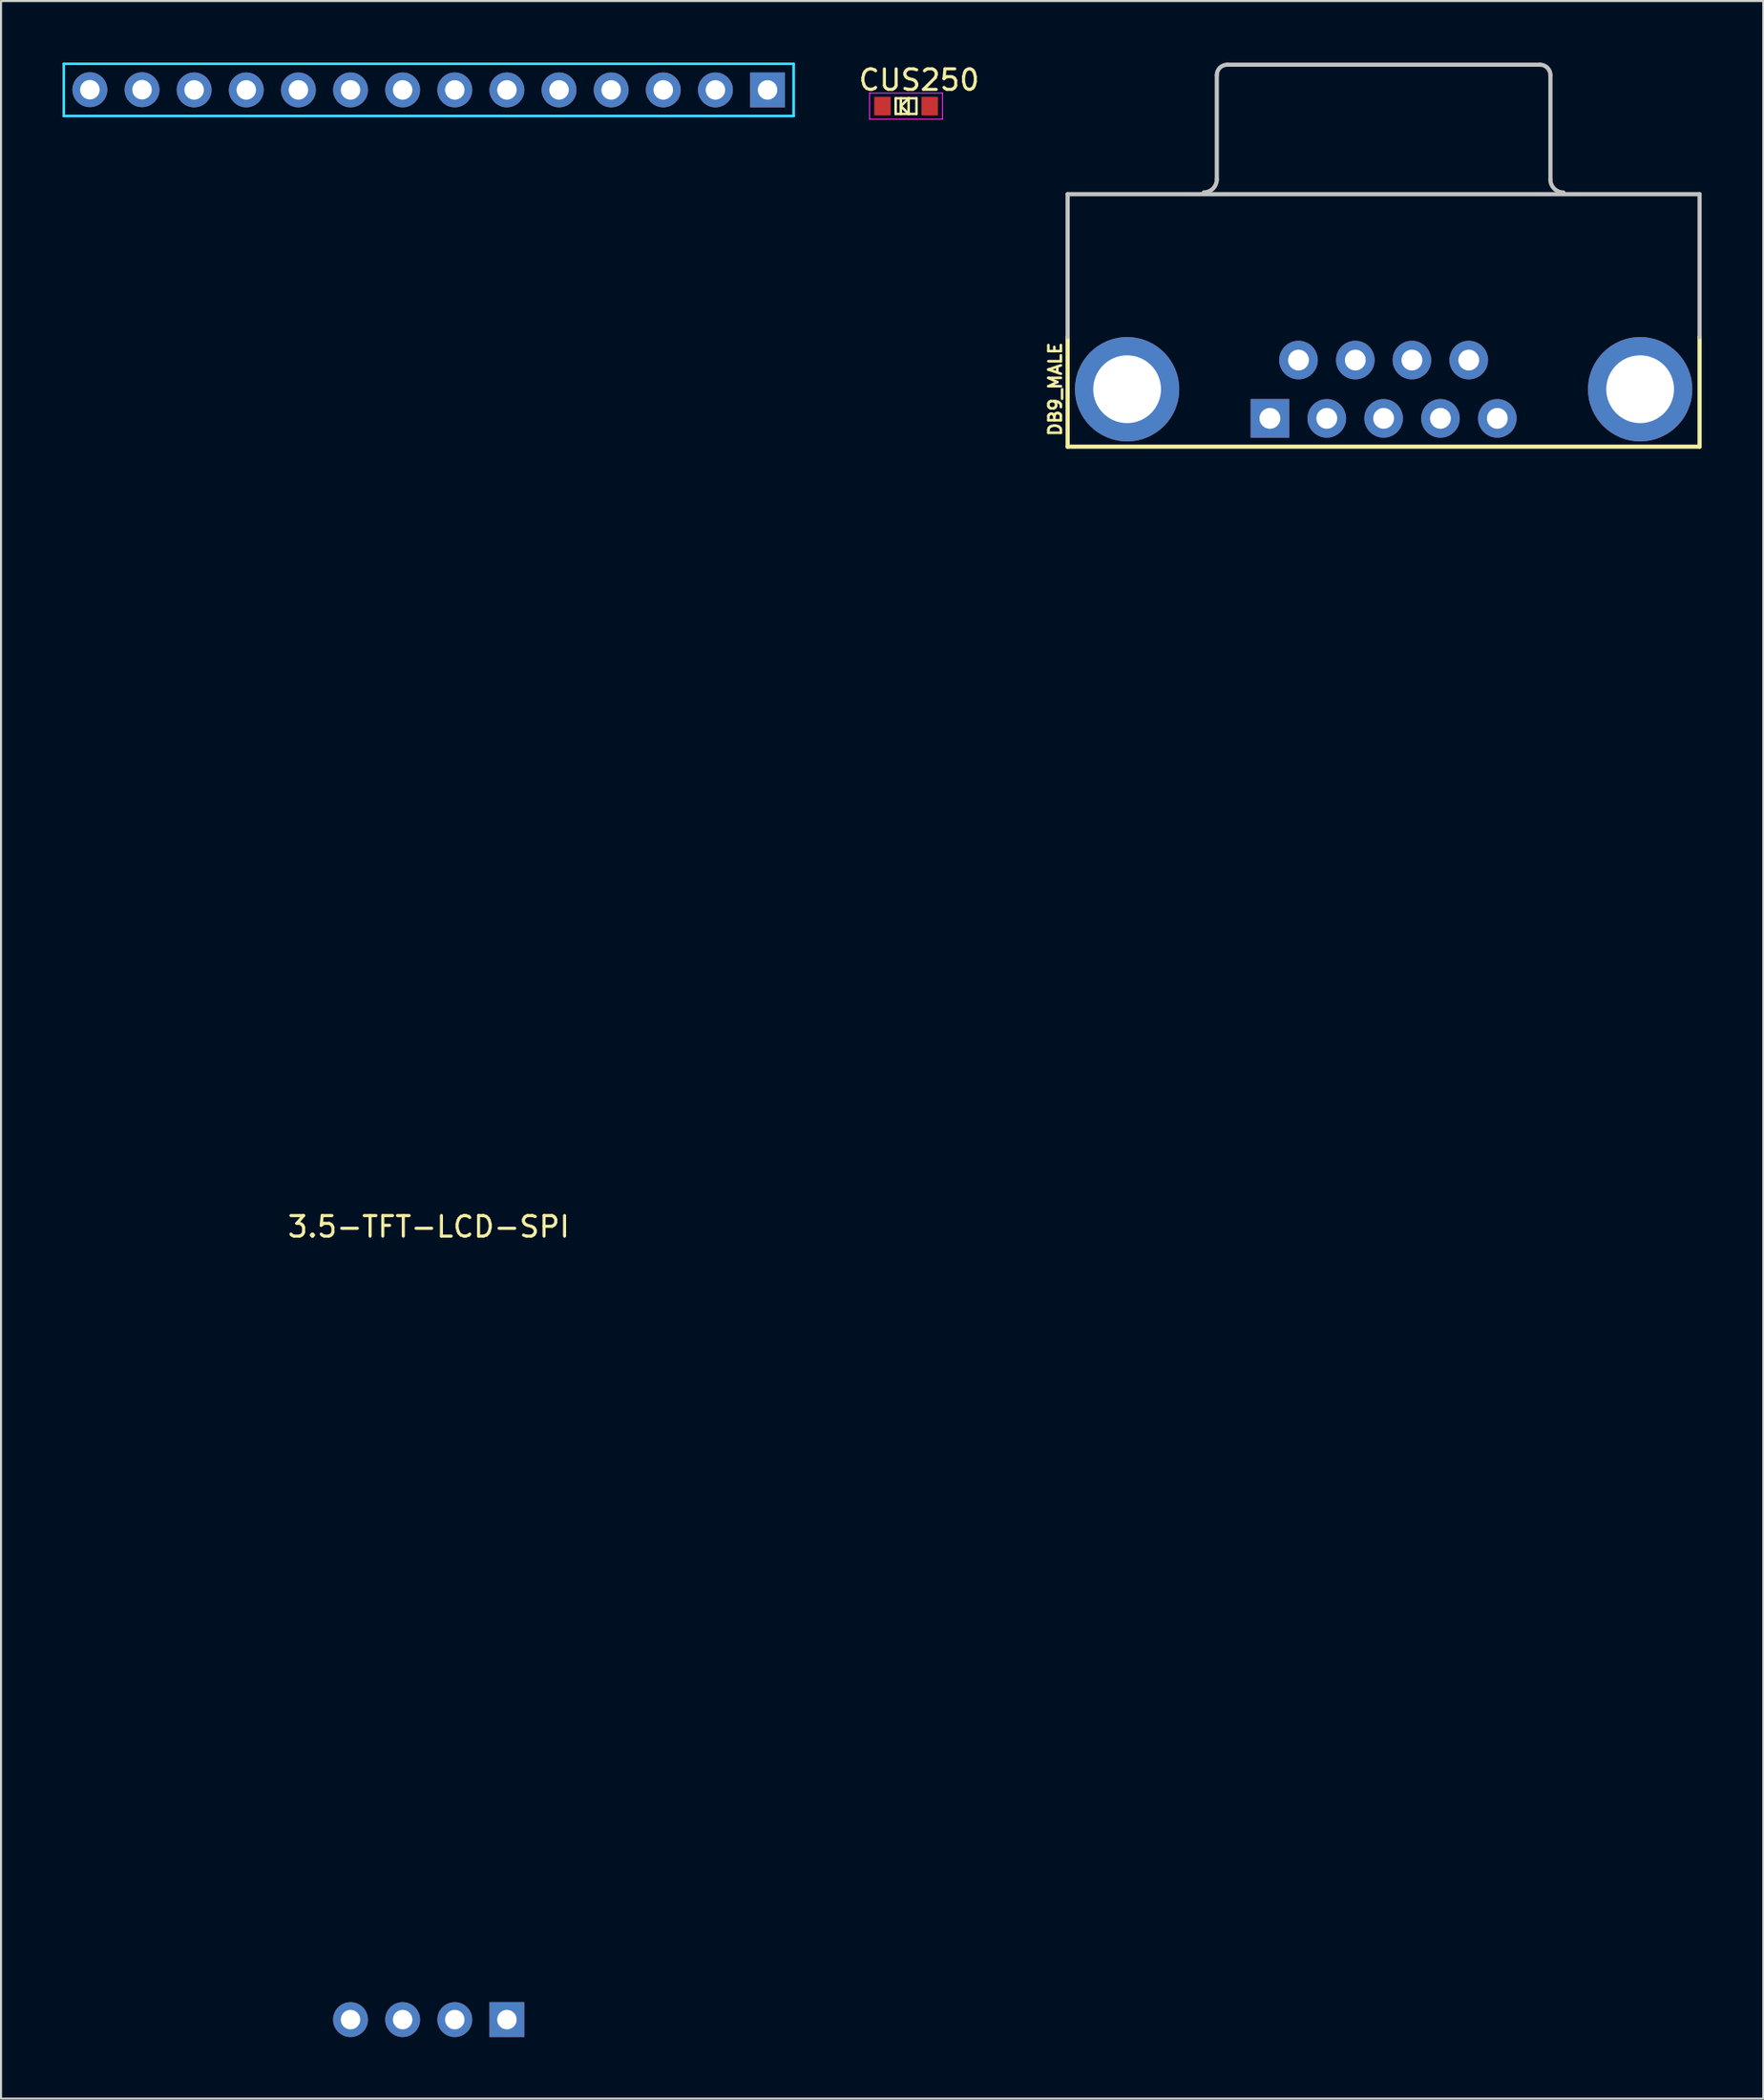
<source format=kicad_pcb>
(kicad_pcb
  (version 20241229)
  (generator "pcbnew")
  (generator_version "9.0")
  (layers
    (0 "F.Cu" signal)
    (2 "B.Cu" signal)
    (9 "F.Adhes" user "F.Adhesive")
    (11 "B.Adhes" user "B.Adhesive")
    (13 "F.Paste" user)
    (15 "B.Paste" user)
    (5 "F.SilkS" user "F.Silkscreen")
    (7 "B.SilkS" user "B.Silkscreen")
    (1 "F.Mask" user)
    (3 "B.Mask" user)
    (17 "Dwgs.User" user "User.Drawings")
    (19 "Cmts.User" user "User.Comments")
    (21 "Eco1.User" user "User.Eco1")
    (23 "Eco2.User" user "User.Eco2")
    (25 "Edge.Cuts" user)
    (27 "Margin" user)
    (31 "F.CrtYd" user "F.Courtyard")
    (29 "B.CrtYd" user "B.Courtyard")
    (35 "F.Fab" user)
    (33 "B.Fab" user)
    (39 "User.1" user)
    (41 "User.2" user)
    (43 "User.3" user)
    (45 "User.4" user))
  (footprint "DB9_MALE"
    (layer "F.Cu")
    (at 64.369 15.908)
    (property "Reference" "DB9_MALE" (at -16.002 0 90) (layer "F.SilkS") (effects (font (size 0.61 0.61) (thickness 0.127))))
    (attr exclude_from_pos_files exclude_from_bom)
    (fp_line (start -15.397 2.799) (end -15.397 -2.54) (stroke (width 0.203) (type solid)) (layer "F.SilkS"))
    (fp_line (start -15.397 2.799) (end 15.397 2.799) (stroke (width 0.203) (type solid)) (layer "F.SilkS"))
    (fp_line (start 15.397 2.799) (end 15.397 -2.54) (stroke (width 0.203) (type solid)) (layer "F.SilkS"))
    (fp_line (start -15.397 -9.5) (end 15.397 -9.5) (stroke (width 0.203) (type solid)) (layer "Dwgs.User"))
    (fp_line (start -15.397 -2.543) (end -15.397 -9.5) (stroke (width 0.203) (type solid)) (layer "Dwgs.User"))
    (fp_line (start -8.128 -10.218) (end -8.128 -15.298) (stroke (width 0.203) (type solid)) (layer "Dwgs.User"))
    (fp_line (start -7.62 -15.806) (end 7.62 -15.806) (stroke (width 0.203) (type solid)) (layer "Dwgs.User"))
    (fp_line (start 8.128 -10.218) (end 8.128 -15.298) (stroke (width 0.203) (type solid)) (layer "Dwgs.User"))
    (fp_line (start 15.397 -2.54) (end 15.397 -9.5) (stroke (width 0.203) (type solid)) (layer "Dwgs.User"))
    (fp_arc (start -8.128 -15.29842) (mid -7.97921 -15.65763) (end -7.62 -15.80642) (stroke (width 0.2032) (type solid)) (layer "Dwgs.User"))
    (fp_arc (start -8.128 -10.21842) (mid -8.313243 -9.771203) (end -8.76046 -9.58596) (stroke (width 0.2032) (type solid)) (layer "Dwgs.User"))
    (fp_arc (start 7.62 -15.80642) (mid 7.97921 -15.65763) (end 8.128 -15.29842) (stroke (width 0.2032) (type solid)) (layer "Dwgs.User"))
    (fp_arc (start 8.76046 -9.58342) (mid 8.311447 -9.769407) (end 8.12546 -10.21842) (stroke (width 0.2032) (type solid)) (layer "Dwgs.User"))
    (pad "1" thru_hole circle (at 5.54 1.42) (size 1.88 1.88) (drill 1.016) (layers "*.Cu" "*.Mask"))
    (pad "2" thru_hole circle (at 2.769 1.42) (size 1.88 1.88) (drill 1.016) (layers "*.Cu" "*.Mask"))
    (pad "3" thru_hole circle (at 0 1.42) (size 1.88 1.88) (drill 1.016) (layers "*.Cu" "*.Mask"))
    (pad "4" thru_hole circle (at -2.769 1.42) (size 1.88 1.88) (drill 1.016) (layers "*.Cu" "*.Mask"))
    (pad "5" thru_hole rect (at -5.54 1.42) (size 1.88 1.88) (drill 1.016) (layers "*.Cu" "*.Mask"))
    (pad "6" thru_hole circle (at 4.148 -1.42) (size 1.88 1.88) (drill 1.016) (layers "*.Cu" "*.Mask"))
    (pad "7" thru_hole circle (at 1.379 -1.42) (size 1.88 1.88) (drill 1.016) (layers "*.Cu" "*.Mask"))
    (pad "8" thru_hole circle (at -1.379 -1.42) (size 1.88 1.88) (drill 1.016) (layers "*.Cu" "*.Mask"))
    (pad "9" thru_hole circle (at -4.148 -1.42) (size 1.88 1.88) (drill 1.016) (layers "*.Cu" "*.Mask"))
    (pad "G1" thru_hole circle (at -12.499 0) (size 5.08 5.08) (drill 3.302) (layers "*.Cu" "*.Mask"))
    (pad "G2" thru_hole circle (at 12.499 0) (size 5.08 5.08) (drill 3.302) (layers "*.Cu" "*.Mask")))
  (footprint "CUS250"
    (layer "F.Cu")
    (at 41.099 2.118)
    (property "Reference" "CUS250" (at 0.635 -1.27 0) (layer "F.SilkS") (effects (font (size 1 1) (thickness 0.15))))
    (attr through_hole)
    (fp_line (start -0.508 -0.381) (end -0.508 0.381) (stroke (width 0.12) (type solid)) (layer "F.SilkS"))
    (fp_line (start -0.508 0.381) (end 0.508 0.381) (stroke (width 0.12) (type solid)) (layer "F.SilkS"))
    (fp_line (start -0.254 -0.381) (end -0.254 0.381) (stroke (width 0.12) (type solid)) (layer "F.SilkS"))
    (fp_line (start -0.254 0) (end 0.127 -0.381) (stroke (width 0.12) (type solid)) (layer "F.SilkS"))
    (fp_line (start 0.127 -0.381) (end 0.127 0.381) (stroke (width 0.12) (type solid)) (layer "F.SilkS"))
    (fp_line (start 0.127 0.381) (end -0.254 0) (stroke (width 0.12) (type solid)) (layer "F.SilkS"))
    (fp_line (start 0.508 -0.381) (end -0.508 -0.381) (stroke (width 0.12) (type solid)) (layer "F.SilkS"))
    (fp_line (start 0.508 0.381) (end 0.508 -0.381) (stroke (width 0.12) (type solid)) (layer "F.SilkS"))
    (fp_line (start -1.778 -0.635) (end -1.778 0.635) (stroke (width 0.05) (type solid)) (layer "F.CrtYd"))
    (fp_line (start -1.778 0.635) (end 1.778 0.635) (stroke (width 0.05) (type solid)) (layer "F.CrtYd"))
    (fp_line (start 1.778 -0.635) (end -1.778 -0.635) (stroke (width 0.05) (type solid)) (layer "F.CrtYd"))
    (fp_line (start 1.778 0.635) (end 1.778 -0.635) (stroke (width 0.05) (type solid)) (layer "F.CrtYd"))
    (pad "1" smd rect (at -1.15 0) (size 0.8 0.9) (layers "F.Cu" "F.Mask" "F.Paste"))
    (pad "2" smd rect (at 1.15 0) (size 0.8 0.9) (layers "F.Cu" "F.Mask" "F.Paste")))
  (footprint "3.5-TFT-LCD-SPI"
    (layer "F.Cu")
    (at 17.84 48.32)
    (property "Reference" "3.5-TFT-LCD-SPI" (at 0 8.382 0) (layer "F.SilkS") (effects (font (size 1 1) (thickness 0.15))))
    (attr through_hole)
    (fp_line (start -17.78 -48.26) (end -17.78 -45.72) (stroke (width 0.12) (type solid)) (layer "B.CrtYd"))
    (fp_line (start -17.78 -45.72) (end 17.78 -45.72) (stroke (width 0.12) (type solid)) (layer "B.CrtYd"))
    (fp_line (start 17.78 -48.26) (end -17.78 -48.26) (stroke (width 0.12) (type solid)) (layer "B.CrtYd"))
    (fp_line (start 17.78 -45.72) (end 17.78 -48.26) (stroke (width 0.12) (type solid)) (layer "B.CrtYd"))
    (fp_line (start -17.78 -48.26) (end -17.78 -45.72) (stroke (width 0.12) (type solid)) (layer "F.CrtYd"))
    (fp_line (start -17.78 -45.72) (end 17.78 -45.72) (stroke (width 0.12) (type solid)) (layer "F.CrtYd"))
    (fp_line (start 17.78 -48.26) (end -17.78 -48.26) (stroke (width 0.12) (type solid)) (layer "F.CrtYd"))
    (fp_line (start 17.78 -45.72) (end 17.78 -48.26) (stroke (width 0.12) (type solid)) (layer "F.CrtYd"))
    (pad "1" thru_hole circle (at -16.51 -47) (size 1.7 1.7) (drill 0.95) (layers "*.Cu" "*.Mask"))
    (pad "2" thru_hole circle (at -13.97 -47) (size 1.7 1.7) (drill 0.95) (layers "*.Cu" "*.Mask"))
    (pad "3" thru_hole circle (at -11.43 -46.99) (size 1.7 1.7) (drill 0.95) (layers "*.Cu" "*.Mask"))
    (pad "4" thru_hole circle (at -8.89 -46.99) (size 1.7 1.7) (drill 0.95) (layers "*.Cu" "*.Mask"))
    (pad "5" thru_hole circle (at -6.35 -46.99) (size 1.7 1.7) (drill 0.95) (layers "*.Cu" "*.Mask"))
    (pad "6" thru_hole circle (at -3.81 -46.99) (size 1.7 1.7) (drill 0.95) (layers "*.Cu" "*.Mask"))
    (pad "7" thru_hole circle (at -1.27 -46.99) (size 1.7 1.7) (drill 0.95) (layers "*.Cu" "*.Mask"))
    (pad "8" thru_hole circle (at 1.27 -46.99) (size 1.7 1.7) (drill 0.95) (layers "*.Cu" "*.Mask"))
    (pad "9" thru_hole circle (at 3.81 -46.99) (size 1.7 1.7) (drill 0.95) (layers "*.Cu" "*.Mask"))
    (pad "10" thru_hole circle (at 6.35 -46.99) (size 1.7 1.7) (drill 0.95) (layers "*.Cu" "*.Mask"))
    (pad "11" thru_hole circle (at 8.89 -46.99) (size 1.7 1.7) (drill 0.95) (layers "*.Cu" "*.Mask"))
    (pad "12" thru_hole circle (at 11.43 -46.99) (size 1.7 1.7) (drill 0.95) (layers "*.Cu" "*.Mask"))
    (pad "13" thru_hole circle (at 13.97 -46.99) (size 1.7 1.7) (drill 0.95) (layers "*.Cu" "*.Mask"))
    (pad "14" thru_hole rect (at 16.51 -46.99) (size 1.7 1.7) (drill 0.95) (layers "*.Cu" "*.Mask"))
    (pad "15" thru_hole circle (at -3.81 47) (size 1.7 1.7) (drill 0.95) (layers "*.Cu" "*.Mask"))
    (pad "16" thru_hole circle (at -1.27 47) (size 1.7 1.7) (drill 0.95) (layers "*.Cu" "*.Mask"))
    (pad "17" thru_hole circle (at 1.27 47) (size 1.7 1.7) (drill 0.95) (layers "*.Cu" "*.Mask"))
    (pad "18" thru_hole rect (at 3.81 47) (size 1.7 1.7) (drill 0.95) (layers "*.Cu" "*.Mask")))
  (gr_rect
    (start -3 -3)
    (end 82.868 99.17)
    (stroke (width 0.1) (type default))
    (fill no)
    (layer "Edge.Cuts")))
</source>
